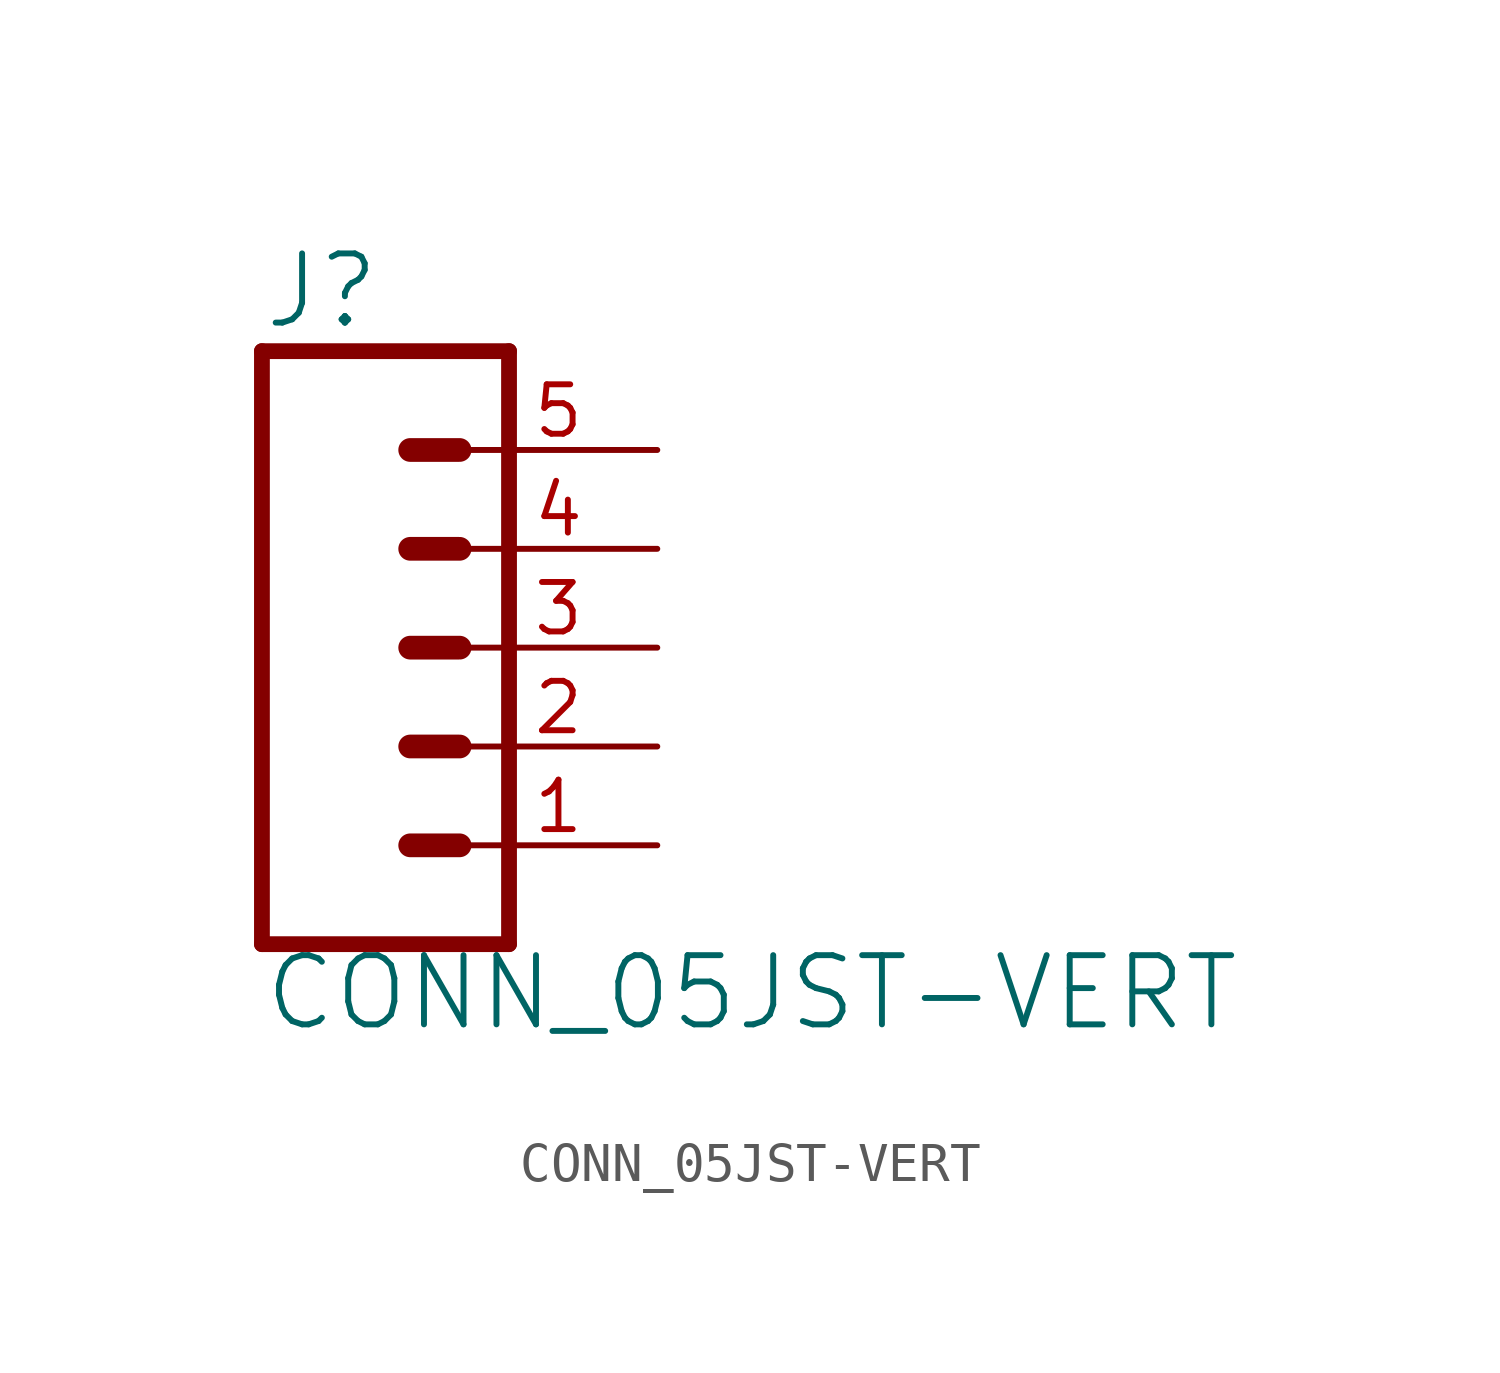
<source format=kicad_sym>
(kicad_symbol_lib
  (version 20211014)
  (generator kicad_symbol_editor)
  (symbol "CONN_05JST-VERT"
    (property "Reference" "J"
      (at -2.54 8.128 0)
      (effects (font (size 1.778 1.778)) (justify left bottom)))
    (property "Value" "CONN_05JST-VERT"
      (at -2.54 -9.906 0)
      (effects (font (size 1.778 1.778)) (justify left bottom)))
    (property "ki_locked" ""
      (at 0 0 0)
      (effects (font (size 1.27 1.27))))
    (symbol "CONN_05JST-VERT_1_0"
      (polyline (pts (xy -2.54 7.62) (xy -2.54 -7.62)) (stroke (width 0.406) (type default) (color 0 0 0 0)) (fill (type none)))
      (polyline (pts (xy -2.54 7.62) (xy 3.81 7.62)) (stroke (width 0.406) (type default) (color 0 0 0 0)) (fill (type none)))
      (polyline (pts (xy 1.27 -5.08) (xy 2.54 -5.08)) (stroke (width 0.61) (type default) (color 0 0 0 0)) (fill (type none)))
      (polyline (pts (xy 1.27 -2.54) (xy 2.54 -2.54)) (stroke (width 0.61) (type default) (color 0 0 0 0)) (fill (type none)))
      (polyline (pts (xy 1.27 0) (xy 2.54 0)) (stroke (width 0.61) (type default) (color 0 0 0 0)) (fill (type none)))
      (polyline (pts (xy 1.27 2.54) (xy 2.54 2.54)) (stroke (width 0.61) (type default) (color 0 0 0 0)) (fill (type none)))
      (polyline (pts (xy 1.27 5.08) (xy 2.54 5.08)) (stroke (width 0.61) (type default) (color 0 0 0 0)) (fill (type none)))
      (polyline (pts (xy 3.81 -7.62) (xy -2.54 -7.62)) (stroke (width 0.406) (type default) (color 0 0 0 0)) (fill (type none)))
      (polyline (pts (xy 3.81 -7.62) (xy 3.81 7.62)) (stroke (width 0.406) (type default) (color 0 0 0 0)) (fill (type none)))
      (pin passive line (at 7.62 -5.08 180) (length 5.08) (name "1" (effects (font (size 0 0)))) (number "1" (effects (font (size 1.27 1.27)))))
      (pin passive line (at 7.62 -2.54 180) (length 5.08) (name "2" (effects (font (size 0 0)))) (number "2" (effects (font (size 1.27 1.27)))))
      (pin passive line (at 7.62 0 180) (length 5.08) (name "3" (effects (font (size 0 0)))) (number "3" (effects (font (size 1.27 1.27)))))
      (pin passive line (at 7.62 2.54 180) (length 5.08) (name "4" (effects (font (size 0 0)))) (number "4" (effects (font (size 1.27 1.27)))))
      (pin passive line (at 7.62 5.08 180) (length 5.08) (name "5" (effects (font (size 0 0)))) (number "5" (effects (font (size 1.27 1.27))))))))
</source>
